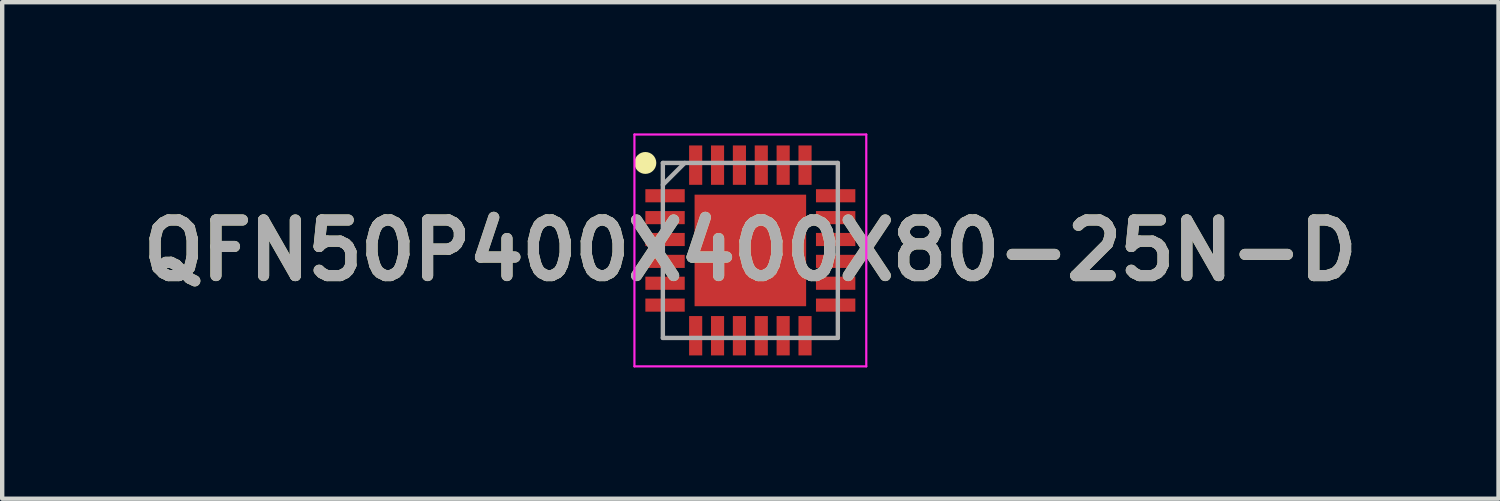
<source format=kicad_pcb>
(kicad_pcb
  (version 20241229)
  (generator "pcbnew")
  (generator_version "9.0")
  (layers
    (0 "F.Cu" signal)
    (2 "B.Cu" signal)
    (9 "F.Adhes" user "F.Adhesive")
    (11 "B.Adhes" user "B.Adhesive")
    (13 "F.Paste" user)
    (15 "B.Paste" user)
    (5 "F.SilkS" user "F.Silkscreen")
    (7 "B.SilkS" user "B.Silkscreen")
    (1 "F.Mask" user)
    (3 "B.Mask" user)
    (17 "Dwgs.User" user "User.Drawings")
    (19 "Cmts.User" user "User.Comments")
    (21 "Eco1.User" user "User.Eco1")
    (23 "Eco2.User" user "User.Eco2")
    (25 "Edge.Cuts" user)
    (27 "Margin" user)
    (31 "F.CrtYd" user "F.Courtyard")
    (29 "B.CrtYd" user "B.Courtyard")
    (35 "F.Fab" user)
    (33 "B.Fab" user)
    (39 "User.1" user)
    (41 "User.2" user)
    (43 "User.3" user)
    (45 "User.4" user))
  (footprint "QFN50P400X400X80-25N-D"
    (layer "F.Cu")
    (at 14.103 2.675)
    (property "Reference" "QFN50P400X400X80-25N-D" (at 0 0 0) (layer "F.SilkS") (effects (font (size 1.27 1.27) (thickness 0.254))))
    (attr smd)
    (fp_circle (center -2.4 -2) (end -2.4 -1.875) (stroke (width 0.25) (type solid)) (fill no) (layer "F.SilkS"))
    (fp_line (start -2.65 -2.65) (end 2.65 -2.65) (stroke (width 0.05) (type solid)) (layer "F.CrtYd"))
    (fp_line (start -2.65 2.65) (end -2.65 -2.65) (stroke (width 0.05) (type solid)) (layer "F.CrtYd"))
    (fp_line (start 2.65 -2.65) (end 2.65 2.65) (stroke (width 0.05) (type solid)) (layer "F.CrtYd"))
    (fp_line (start 2.65 2.65) (end -2.65 2.65) (stroke (width 0.05) (type solid)) (layer "F.CrtYd"))
    (fp_line (start -2 -2) (end 2 -2) (stroke (width 0.1) (type solid)) (layer "F.Fab"))
    (fp_line (start -2 -1.5) (end -1.5 -2) (stroke (width 0.1) (type solid)) (layer "F.Fab"))
    (fp_line (start -2 2) (end -2 -2) (stroke (width 0.1) (type solid)) (layer "F.Fab"))
    (fp_line (start 2 -2) (end 2 2) (stroke (width 0.1) (type solid)) (layer "F.Fab"))
    (fp_line (start 2 2) (end -2 2) (stroke (width 0.1) (type solid)) (layer "F.Fab"))
    (fp_text user "${REFERENCE}" (at 0 0 0) (layer "F.Fab") (effects (font (size 1.27 1.27) (thickness 0.254))))
    (pad "1" smd rect (at -1.95 -1.25 90) (size 0.3 0.9) (layers "F.Cu" "F.Mask" "F.Paste"))
    (pad "2" smd rect (at -1.95 -0.75 90) (size 0.3 0.9) (layers "F.Cu" "F.Mask" "F.Paste"))
    (pad "3" smd rect (at -1.95 -0.25 90) (size 0.3 0.9) (layers "F.Cu" "F.Mask" "F.Paste"))
    (pad "4" smd rect (at -1.95 0.25 90) (size 0.3 0.9) (layers "F.Cu" "F.Mask" "F.Paste"))
    (pad "5" smd rect (at -1.95 0.75 90) (size 0.3 0.9) (layers "F.Cu" "F.Mask" "F.Paste"))
    (pad "6" smd rect (at -1.95 1.25 90) (size 0.3 0.9) (layers "F.Cu" "F.Mask" "F.Paste"))
    (pad "7" smd rect (at -1.25 1.95) (size 0.3 0.9) (layers "F.Cu" "F.Mask" "F.Paste"))
    (pad "8" smd rect (at -0.75 1.95) (size 0.3 0.9) (layers "F.Cu" "F.Mask" "F.Paste"))
    (pad "9" smd rect (at -0.25 1.95) (size 0.3 0.9) (layers "F.Cu" "F.Mask" "F.Paste"))
    (pad "10" smd rect (at 0.25 1.95) (size 0.3 0.9) (layers "F.Cu" "F.Mask" "F.Paste"))
    (pad "11" smd rect (at 0.75 1.95) (size 0.3 0.9) (layers "F.Cu" "F.Mask" "F.Paste"))
    (pad "12" smd rect (at 1.25 1.95) (size 0.3 0.9) (layers "F.Cu" "F.Mask" "F.Paste"))
    (pad "13" smd rect (at 1.95 1.25 90) (size 0.3 0.9) (layers "F.Cu" "F.Mask" "F.Paste"))
    (pad "14" smd rect (at 1.95 0.75 90) (size 0.3 0.9) (layers "F.Cu" "F.Mask" "F.Paste"))
    (pad "15" smd rect (at 1.95 0.25 90) (size 0.3 0.9) (layers "F.Cu" "F.Mask" "F.Paste"))
    (pad "16" smd rect (at 1.95 -0.25 90) (size 0.3 0.9) (layers "F.Cu" "F.Mask" "F.Paste"))
    (pad "17" smd rect (at 1.95 -0.75 90) (size 0.3 0.9) (layers "F.Cu" "F.Mask" "F.Paste"))
    (pad "18" smd rect (at 1.95 -1.25 90) (size 0.3 0.9) (layers "F.Cu" "F.Mask" "F.Paste"))
    (pad "19" smd rect (at 1.25 -1.95) (size 0.3 0.9) (layers "F.Cu" "F.Mask" "F.Paste"))
    (pad "20" smd rect (at 0.75 -1.95) (size 0.3 0.9) (layers "F.Cu" "F.Mask" "F.Paste"))
    (pad "21" smd rect (at 0.25 -1.95) (size 0.3 0.9) (layers "F.Cu" "F.Mask" "F.Paste"))
    (pad "22" smd rect (at -0.25 -1.95) (size 0.3 0.9) (layers "F.Cu" "F.Mask" "F.Paste"))
    (pad "23" smd rect (at -0.75 -1.95) (size 0.3 0.9) (layers "F.Cu" "F.Mask" "F.Paste"))
    (pad "24" smd rect (at -1.25 -1.95) (size 0.3 0.9) (layers "F.Cu" "F.Mask" "F.Paste"))
    (pad "25" smd rect (at 0 0) (size 2.55 2.55) (layers "F.Cu" "F.Mask" "F.Paste")))
  (gr_rect
    (start -3 -3)
    (end 31.206 8.35)
    (stroke (width 0.1) (type default))
    (fill no)
    (layer "Edge.Cuts")))
</source>
